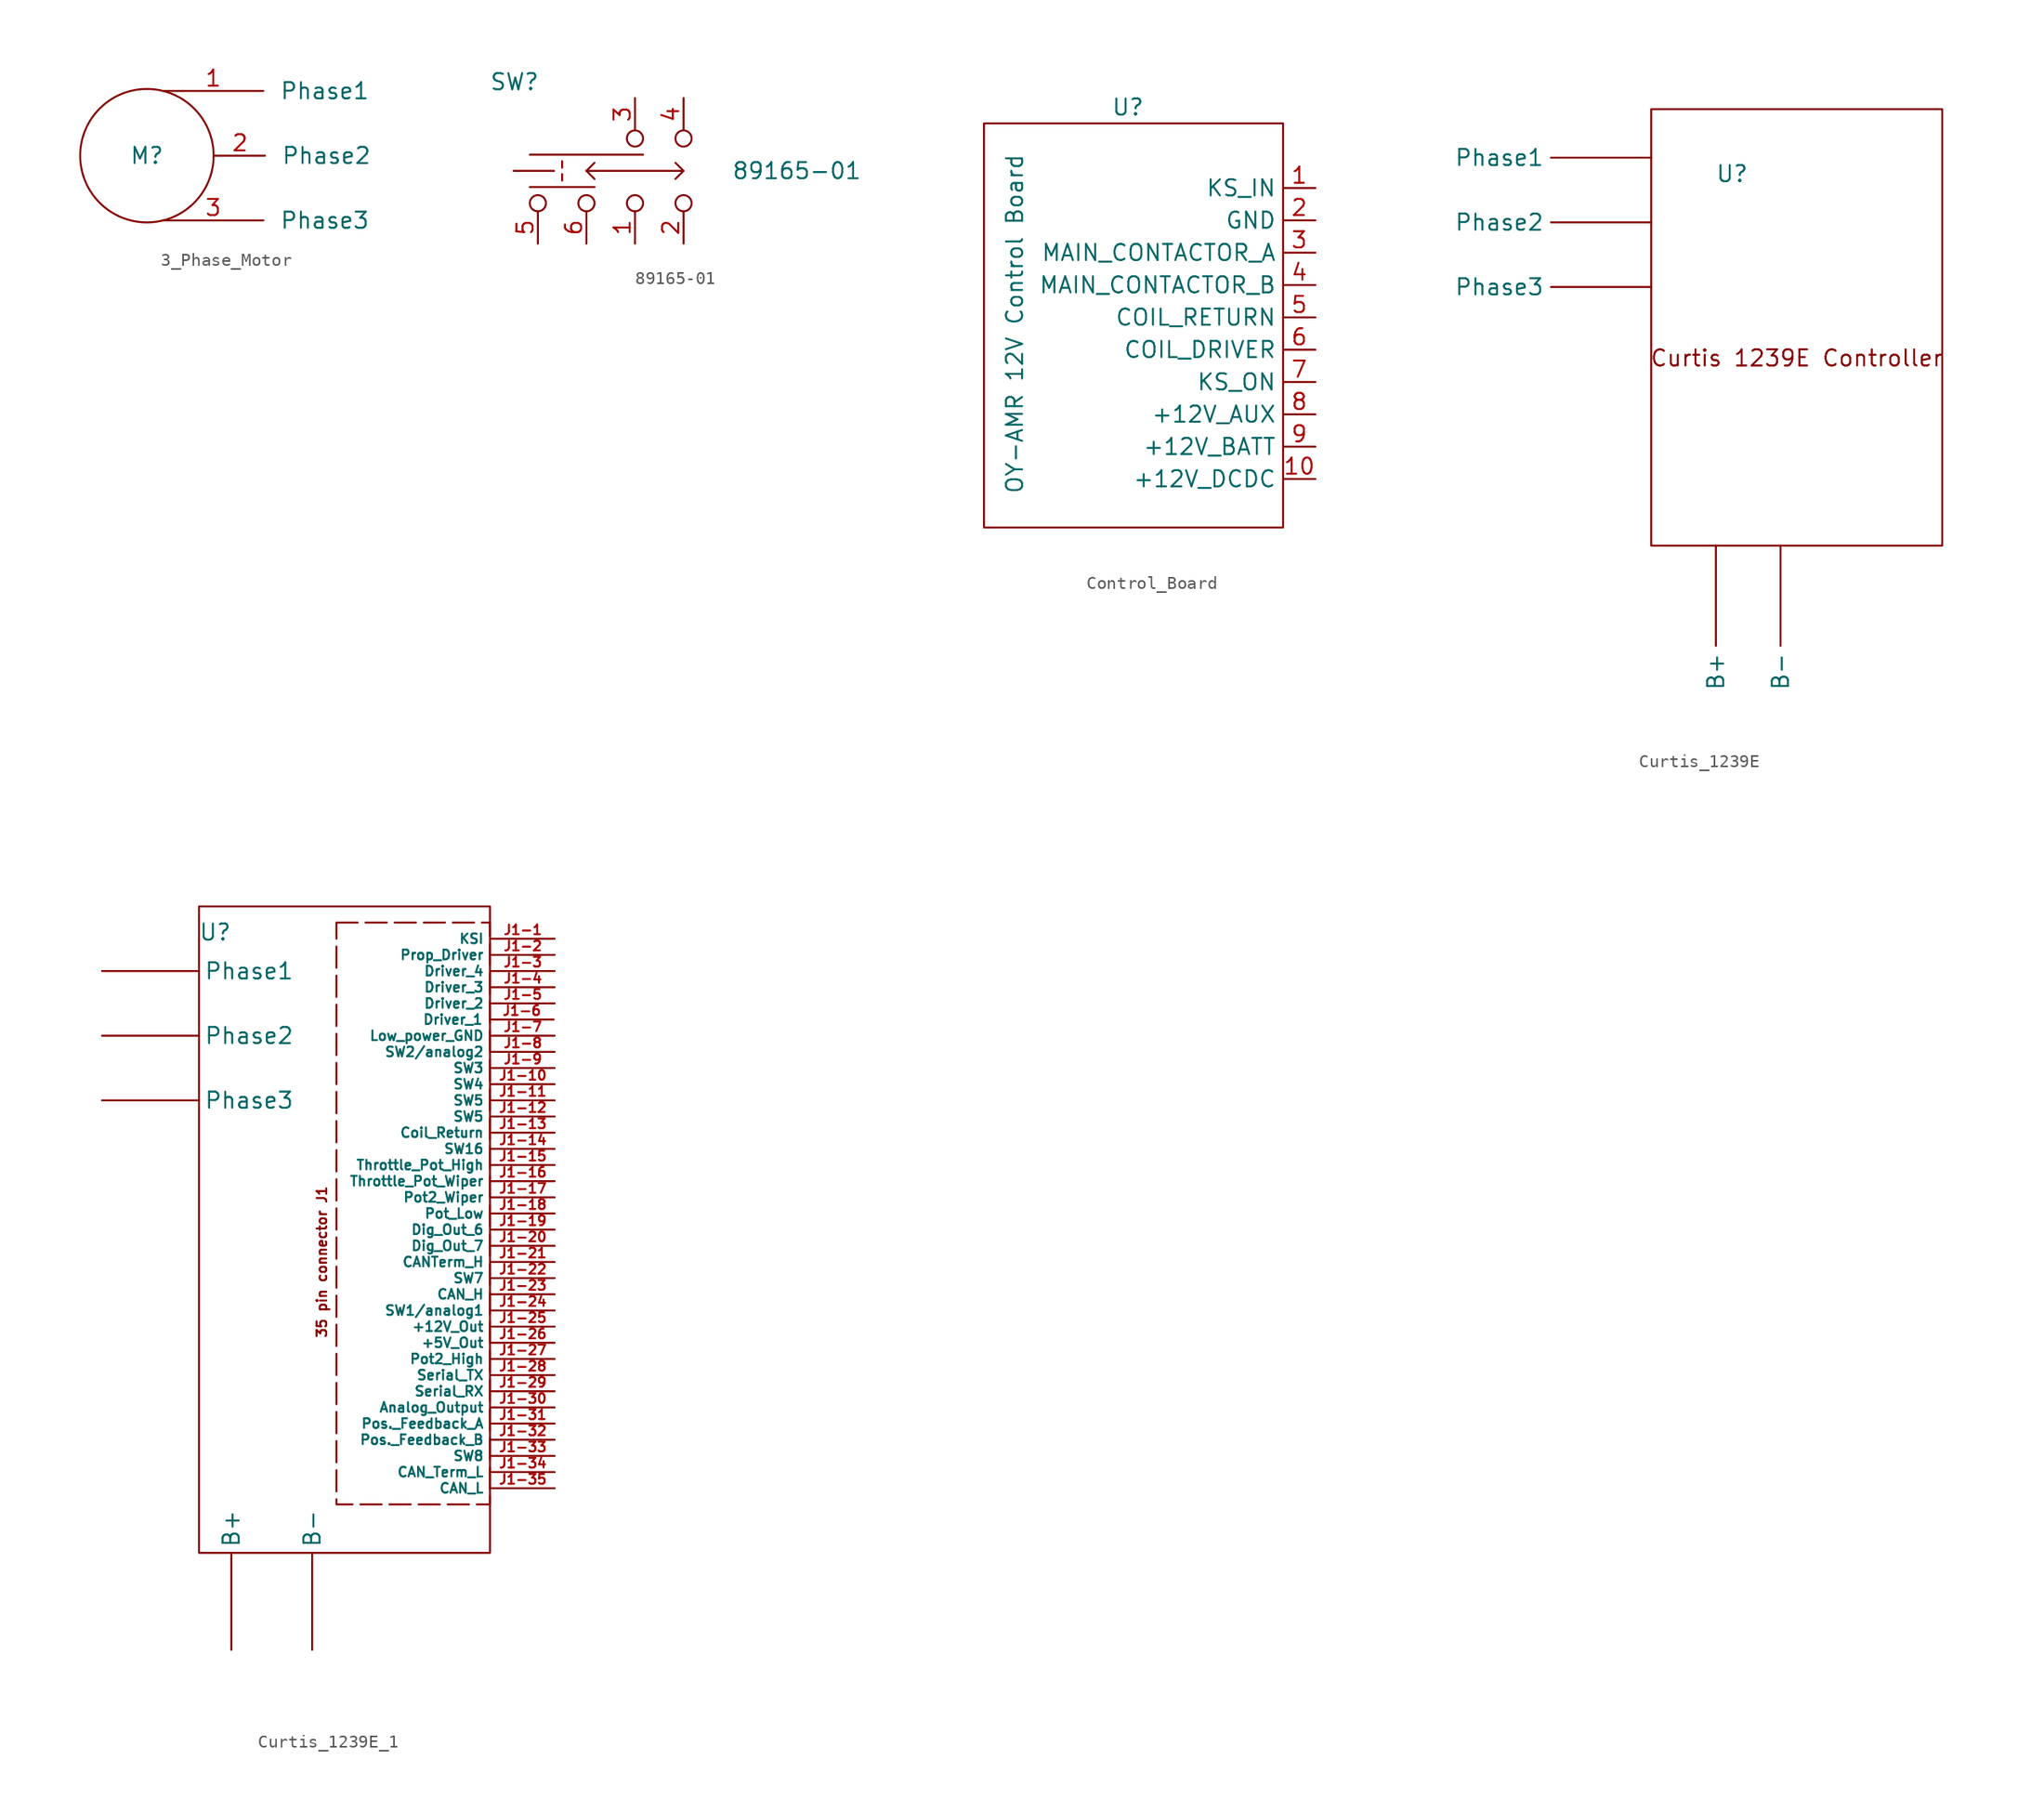
<source format=kicad_sym>
(kicad_symbol_lib
  (version 20241209)
  (generator "kicad_symbol_editor")
  (generator_version "9.0")
  (symbol "3_Phase_Motor"
    (pin_names
      (offset 1.27))
    (property "Reference" "M"
      (at 0 0 0)
      (effects (font (size 1.27 1.27))))
    (property "Value" ""
      (at 0 0 0)
      (effects (font (size 1.27 1.27))))
    (symbol "3_Phase_Motor_0_1"
      (circle (center 0 0) (radius 5.236) (stroke (width 0) (type default)) (fill (type none))))
    (symbol "3_Phase_Motor_1_1"
      (pin input line (at 1.27 5.08 0) (length 7.874) (name "Phase1" (effects (font (size 1.27 1.27)))) (number "1" (effects (font (size 1.27 1.27)))))
      (pin input line (at 1.27 -5.08 0) (length 7.874) (name "Phase3" (effects (font (size 1.27 1.27)))) (number "3" (effects (font (size 1.27 1.27)))))
      (pin input line (at 5.334 0 0) (length 3.937) (name "Phase2" (effects (font (size 1.27 1.27)))) (number "2" (effects (font (size 1.27 1.27)))))))
  (symbol "89165-01"
    (pin_names
      (offset 1.016)
      (hide yes))
    (property "Reference" "SW"
      (at -10.16 7.62 0)
      (effects (font (size 1.27 1.27)) (justify left)))
    (property "Value" "89165-01"
      (at 13.97 0.635 0)
      (effects (font (size 1.27 1.27))))
    (symbol "89165-01_0_1"
      (circle (center -6.35 -1.905) (radius 0.635) (stroke (width 0) (type default)) (fill (type none)))
      (polyline (pts (xy -5.08 0.635) (xy -8.255 0.635)) (stroke (width 0) (type default)) (fill (type none)))
      (polyline (pts (xy -4.445 1.397) (xy -4.445 0.889)) (stroke (width 0) (type default)) (fill (type none)))
      (polyline (pts (xy -4.445 0.381) (xy -4.445 -0.127)) (stroke (width 0) (type default)) (fill (type none)))
      (polyline (pts (xy -2.54 0.635) (xy -1.905 0)) (stroke (width 0) (type default)) (fill (type none)))
      (polyline (pts (xy -2.54 0.635) (xy 5.08 0.635)) (stroke (width 0) (type default)) (fill (type none)))
      (circle (center -2.54 -1.905) (radius 0.635) (stroke (width 0) (type default)) (fill (type none)))
      (polyline (pts (xy -1.905 1.27) (xy -2.54 0.635)) (stroke (width 0) (type default)) (fill (type none)))
      (polyline (pts (xy -1.905 -0.635) (xy -6.985 -0.635)) (stroke (width 0) (type default)) (fill (type none)))
      (circle (center 1.27 3.175) (radius 0.635) (stroke (width 0) (type default)) (fill (type none)))
      (circle (center 1.27 -1.905) (radius 0.635) (stroke (width 0) (type default)) (fill (type none)))
      (polyline (pts (xy 1.905 1.905) (xy -6.985 1.905)) (stroke (width 0) (type default)) (fill (type none)))
      (polyline (pts (xy 4.445 1.27) (xy 5.08 0.635) (xy 4.445 0)) (stroke (width 0) (type default)) (fill (type none)))
      (circle (center 5.08 3.175) (radius 0.635) (stroke (width 0) (type default)) (fill (type none)))
      (circle (center 5.08 -1.905) (radius 0.635) (stroke (width 0) (type default)) (fill (type none)))
      (pin passive line (at -6.35 -5.08 90) (length 2.54) (name "E" (effects (font (size 1.27 1.27)))) (number "5" (effects (font (size 1.27 1.27)))))
      (pin passive line (at -2.54 -5.08 90) (length 2.54) (name "F" (effects (font (size 1.27 1.27)))) (number "6" (effects (font (size 1.27 1.27)))))
      (pin passive line (at 1.27 6.35 270) (length 2.54) (name "C" (effects (font (size 1.27 1.27)))) (number "3" (effects (font (size 1.27 1.27)))))
      (pin passive line (at 1.27 -5.08 90) (length 2.54) (name "A" (effects (font (size 1.27 1.27)))) (number "1" (effects (font (size 1.27 1.27)))))
      (pin passive line (at 5.08 6.35 270) (length 2.54) (name "D" (effects (font (size 1.27 1.27)))) (number "4" (effects (font (size 1.27 1.27)))))
      (pin passive line (at 5.08 -5.08 90) (length 2.54) (name "B" (effects (font (size 1.27 1.27)))) (number "2" (effects (font (size 1.27 1.27)))))))
  (symbol "Control_Board"
    (property "Reference" "U"
      (at -5.842 5.08 0)
      (effects (font (size 1.27 1.27))))
    (property "Value" "OY-AMR 12V Control Board"
      (at -14.732 -11.938 90)
      (effects (font (size 1.27 1.27))))
    (symbol "Control_Board_0_1"
      (rectangle (start -17.145 3.81) (end 6.35 -27.94) (stroke (width 0) (type default)) (fill (type none))))
    (symbol "Control_Board_1_1"
      (pin input line (at 8.89 -1.27 180) (length 2.54) (name "KS_IN" (effects (font (size 1.27 1.27)))) (number "1" (effects (font (size 1.27 1.27)))))
      (pin input line (at 8.89 -3.81 180) (length 2.54) (name "GND" (effects (font (size 1.27 1.27)))) (number "2" (effects (font (size 1.27 1.27)))))
      (pin output line (at 8.89 -6.35 180) (length 2.54) (name "MAIN_CONTACTOR_A" (effects (font (size 1.27 1.27)))) (number "3" (effects (font (size 1.27 1.27)))))
      (pin output line (at 8.89 -8.89 180) (length 2.54) (name "MAIN_CONTACTOR_B" (effects (font (size 1.27 1.27)))) (number "4" (effects (font (size 1.27 1.27)))))
      (pin input line (at 8.89 -11.43 180) (length 2.54) (name "COIL_RETURN" (effects (font (size 1.27 1.27)))) (number "5" (effects (font (size 1.27 1.27)))))
      (pin input line (at 8.89 -13.97 180) (length 2.54) (name "COIL_DRIVER" (effects (font (size 1.27 1.27)))) (number "6" (effects (font (size 1.27 1.27)))))
      (pin output line (at 8.89 -16.51 180) (length 2.54) (name "KS_ON" (effects (font (size 1.27 1.27)))) (number "7" (effects (font (size 1.27 1.27)))))
      (pin input line (at 8.89 -19.05 180) (length 2.54) (name "+12V_AUX" (effects (font (size 1.27 1.27)))) (number "8" (effects (font (size 1.27 1.27)))))
      (pin input line (at 8.89 -21.59 180) (length 2.54) (name "+12V_BATT" (effects (font (size 1.27 1.27)))) (number "9" (effects (font (size 1.27 1.27)))))
      (pin input line (at 8.89 -24.13 180) (length 2.54) (name "+12V_DCDC" (effects (font (size 1.27 1.27)))) (number "10" (effects (font (size 1.27 1.27)))))))
  (symbol "Curtis_1239E"
    (property "Reference" "U"
      (at 0 0 0)
      (effects (font (size 1.27 1.27))))
    (property "Value" ""
      (at 0 0 0)
      (effects (font (size 1.27 1.27))))
    (property "ki_locked" ""
      (at 0 0 0)
      (effects (font (size 1.27 1.27))))
    (symbol "Curtis_1239E_1_1"
      (rectangle (start -6.35 5.08) (end 16.51 -29.21) (stroke (width 0) (type default)) (fill (type none)))
      (text "Curtis 1239E Controller" (at 5.08 -14.478 0) (effects (font (size 1.27 1.27))))
      (pin power_out line (at -6.35 1.27 180) (length 7.874) (name "Phase1" (effects (font (size 1.27 1.27)))) (number "" (effects (font (size 1.27 1.27)))))
      (pin power_out line (at -6.35 -3.81 180) (length 7.874) (name "Phase2" (effects (font (size 1.27 1.27)))) (number "" (effects (font (size 1.27 1.27)))))
      (pin power_out line (at -6.35 -8.89 180) (length 7.874) (name "Phase3" (effects (font (size 1.27 1.27)))) (number "" (effects (font (size 1.27 1.27)))))
      (pin power_in line (at -1.27 -29.21 270) (length 7.874) (name "B+" (effects (font (size 1.27 1.27)))) (number "" (effects (font (size 1.27 1.27)))))
      (pin power_in line (at 3.81 -29.21 270) (length 7.874) (name "B-" (effects (font (size 1.27 1.27)))) (number "" (effects (font (size 1.27 1.27)))))))
  (symbol "Curtis_1239E_1"
    (property "Reference" "U"
      (at -5.08 4.318 0)
      (effects (font (size 1.27 1.27))))
    (property "Value" ""
      (at 0 0 0)
      (effects (font (size 1.27 1.27))))
    (property "ki_locked" ""
      (at 0 0 0)
      (effects (font (size 1.27 1.27))))
    (symbol "Curtis_1239E_1_1_1"
      (rectangle (start -6.35 6.35) (end 16.51 -44.45) (stroke (width 0) (type default)) (fill (type none)))
      (rectangle (start 4.445 5.08) (end 16.51 -40.64) (stroke (width 0) (type dash)) (fill (type none)))
      (text "35 pin connector J1" (at 3.302 -21.59 900) (effects (font (size 0.762 0.762))))
      (pin power_out line (at -13.97 1.27 0) (length 7.5) (name "Phase1" (effects (font (size 1.27 1.27)))) (number "" (effects (font (size 1.27 1.27)))))
      (pin power_out line (at -13.97 -3.81 0) (length 7.5) (name "Phase2" (effects (font (size 1.27 1.27)))) (number "" (effects (font (size 1.27 1.27)))))
      (pin power_out line (at -13.97 -8.89 0) (length 7.5) (name "Phase3" (effects (font (size 1.27 1.27)))) (number "" (effects (font (size 1.27 1.27)))))
      (pin power_in line (at -3.81 -52.07 90) (length 7.5) (name "B+" (effects (font (size 1.27 1.27)))) (number "" (effects (font (size 1.27 1.27)))))
      (pin power_in line (at 2.54 -52.07 90) (length 7.5) (name "B-" (effects (font (size 1.27 1.27)))) (number "" (effects (font (size 1.27 1.27)))))
      (pin output line (at 21.51 -2.54 180) (length 5) (name "Driver_1" (effects (font (size 0.762 0.762)))) (number "J1-6" (effects (font (size 0.762 0.762)))))
      (pin power_in line (at 21.59 3.81 180) (length 5) (name "KSI" (effects (font (size 0.762 0.762)))) (number "J1-1" (effects (font (size 0.762 0.762)))))
      (pin output line (at 21.59 2.54 180) (length 5) (name "Prop_Driver" (effects (font (size 0.762 0.762)))) (number "J1-2" (effects (font (size 0.762 0.762)))))
      (pin output line (at 21.59 1.27 180) (length 5) (name "Driver_4" (effects (font (size 0.762 0.762)))) (number "J1-3" (effects (font (size 0.762 0.762)))))
      (pin output line (at 21.59 0 180) (length 5) (name "Driver_3" (effects (font (size 0.762 0.762)))) (number "J1-4" (effects (font (size 0.762 0.762)))))
      (pin output line (at 21.59 -1.27 180) (length 5) (name "Driver_2" (effects (font (size 0.762 0.762)))) (number "J1-5" (effects (font (size 0.762 0.762)))))
      (pin power_in line (at 21.59 -3.81 180) (length 5) (name "Low_power_GND" (effects (font (size 0.762 0.762)))) (number "J1-7" (effects (font (size 0.762 0.762)))))
      (pin input line (at 21.59 -5.08 180) (length 5) (name "SW2/analog2" (effects (font (size 0.762 0.762)))) (number "J1-8" (effects (font (size 0.762 0.762)))))
      (pin input line (at 21.59 -6.35 180) (length 5) (name "SW3" (effects (font (size 0.762 0.762)))) (number "J1-9" (effects (font (size 0.762 0.762)))))
      (pin input line (at 21.59 -7.62 180) (length 5) (name "SW4" (effects (font (size 0.762 0.762)))) (number "J1-10" (effects (font (size 0.762 0.762)))))
      (pin input line (at 21.59 -8.89 180) (length 5) (name "SW5" (effects (font (size 0.762 0.762)))) (number "J1-11" (effects (font (size 0.762 0.762)))))
      (pin input line (at 21.59 -10.16 180) (length 5) (name "SW5" (effects (font (size 0.762 0.762)))) (number "J1-12" (effects (font (size 0.762 0.762)))))
      (pin output line (at 21.59 -11.43 180) (length 5) (name "Coil_Return" (effects (font (size 0.762 0.762)))) (number "J1-13" (effects (font (size 0.762 0.762)))))
      (pin input line (at 21.59 -12.7 180) (length 5) (name "SW16" (effects (font (size 0.762 0.762)))) (number "J1-14" (effects (font (size 0.762 0.762)))))
      (pin output line (at 21.59 -13.97 180) (length 5) (name "Throttle_Pot_High" (effects (font (size 0.762 0.762)))) (number "J1-15" (effects (font (size 0.762 0.762)))))
      (pin input line (at 21.59 -15.24 180) (length 5) (name "Throttle_Pot_Wiper" (effects (font (size 0.762 0.762)))) (number "J1-16" (effects (font (size 0.762 0.762)))))
      (pin input line (at 21.59 -16.51 180) (length 5) (name "Pot2_Wiper" (effects (font (size 0.762 0.762)))) (number "J1-17" (effects (font (size 0.762 0.762)))))
      (pin output line (at 21.59 -17.78 180) (length 5) (name "Pot_Low" (effects (font (size 0.762 0.762)))) (number "J1-18" (effects (font (size 0.762 0.762)))))
      (pin output line (at 21.59 -19.05 180) (length 5) (name "Dig_Out_6" (effects (font (size 0.762 0.762)))) (number "J1-19" (effects (font (size 0.762 0.762)))))
      (pin output line (at 21.59 -20.32 180) (length 5) (name "Dig_Out_7" (effects (font (size 0.762 0.762)))) (number "J1-20" (effects (font (size 0.762 0.762)))))
      (pin input line (at 21.59 -21.59 180) (length 5) (name "CANTerm_H" (effects (font (size 0.762 0.762)))) (number "J1-21" (effects (font (size 0.762 0.762)))))
      (pin input line (at 21.59 -22.86 180) (length 5) (name "SW7" (effects (font (size 0.762 0.762)))) (number "J1-22" (effects (font (size 0.762 0.762)))))
      (pin bidirectional line (at 21.59 -24.13 180) (length 5) (name "CAN_H" (effects (font (size 0.762 0.762)))) (number "J1-23" (effects (font (size 0.762 0.762)))))
      (pin input line (at 21.59 -25.4 180) (length 5) (name "SW1/analog1" (effects (font (size 0.762 0.762)))) (number "J1-24" (effects (font (size 0.762 0.762)))))
      (pin power_out line (at 21.59 -26.67 180) (length 5) (name "+12V_Out" (effects (font (size 0.762 0.762)))) (number "J1-25" (effects (font (size 0.762 0.762)))))
      (pin power_out line (at 21.59 -27.94 180) (length 5) (name "+5V_Out" (effects (font (size 0.762 0.762)))) (number "J1-26" (effects (font (size 0.762 0.762)))))
      (pin output line (at 21.59 -29.21 180) (length 5) (name "Pot2_High" (effects (font (size 0.762 0.762)))) (number "J1-27" (effects (font (size 0.762 0.762)))))
      (pin output line (at 21.59 -30.48 180) (length 5) (name "Serial_TX" (effects (font (size 0.762 0.762)))) (number "J1-28" (effects (font (size 0.762 0.762)))))
      (pin input line (at 21.59 -31.75 180) (length 5) (name "Serial_RX" (effects (font (size 0.762 0.762)))) (number "J1-29" (effects (font (size 0.762 0.762)))))
      (pin output line (at 21.59 -33.02 180) (length 5) (name "Analog_Output" (effects (font (size 0.762 0.762)))) (number "J1-30" (effects (font (size 0.762 0.762)))))
      (pin input line (at 21.59 -34.29 180) (length 5) (name "Pos._Feedback_A" (effects (font (size 0.762 0.762)))) (number "J1-31" (effects (font (size 0.762 0.762)))))
      (pin input line (at 21.59 -35.56 180) (length 5) (name "Pos._Feedback_B" (effects (font (size 0.762 0.762)))) (number "J1-32" (effects (font (size 0.762 0.762)))))
      (pin input line (at 21.59 -36.83 180) (length 5) (name "SW8" (effects (font (size 0.762 0.762)))) (number "J1-33" (effects (font (size 0.762 0.762)))))
      (pin output line (at 21.59 -38.1 180) (length 5) (name "CAN_Term_L" (effects (font (size 0.762 0.762)))) (number "J1-34" (effects (font (size 0.762 0.762)))))
      (pin bidirectional line (at 21.59 -39.37 180) (length 5) (name "CAN_L" (effects (font (size 0.762 0.762)))) (number "J1-35" (effects (font (size 0.762 0.762))))))))
</source>
